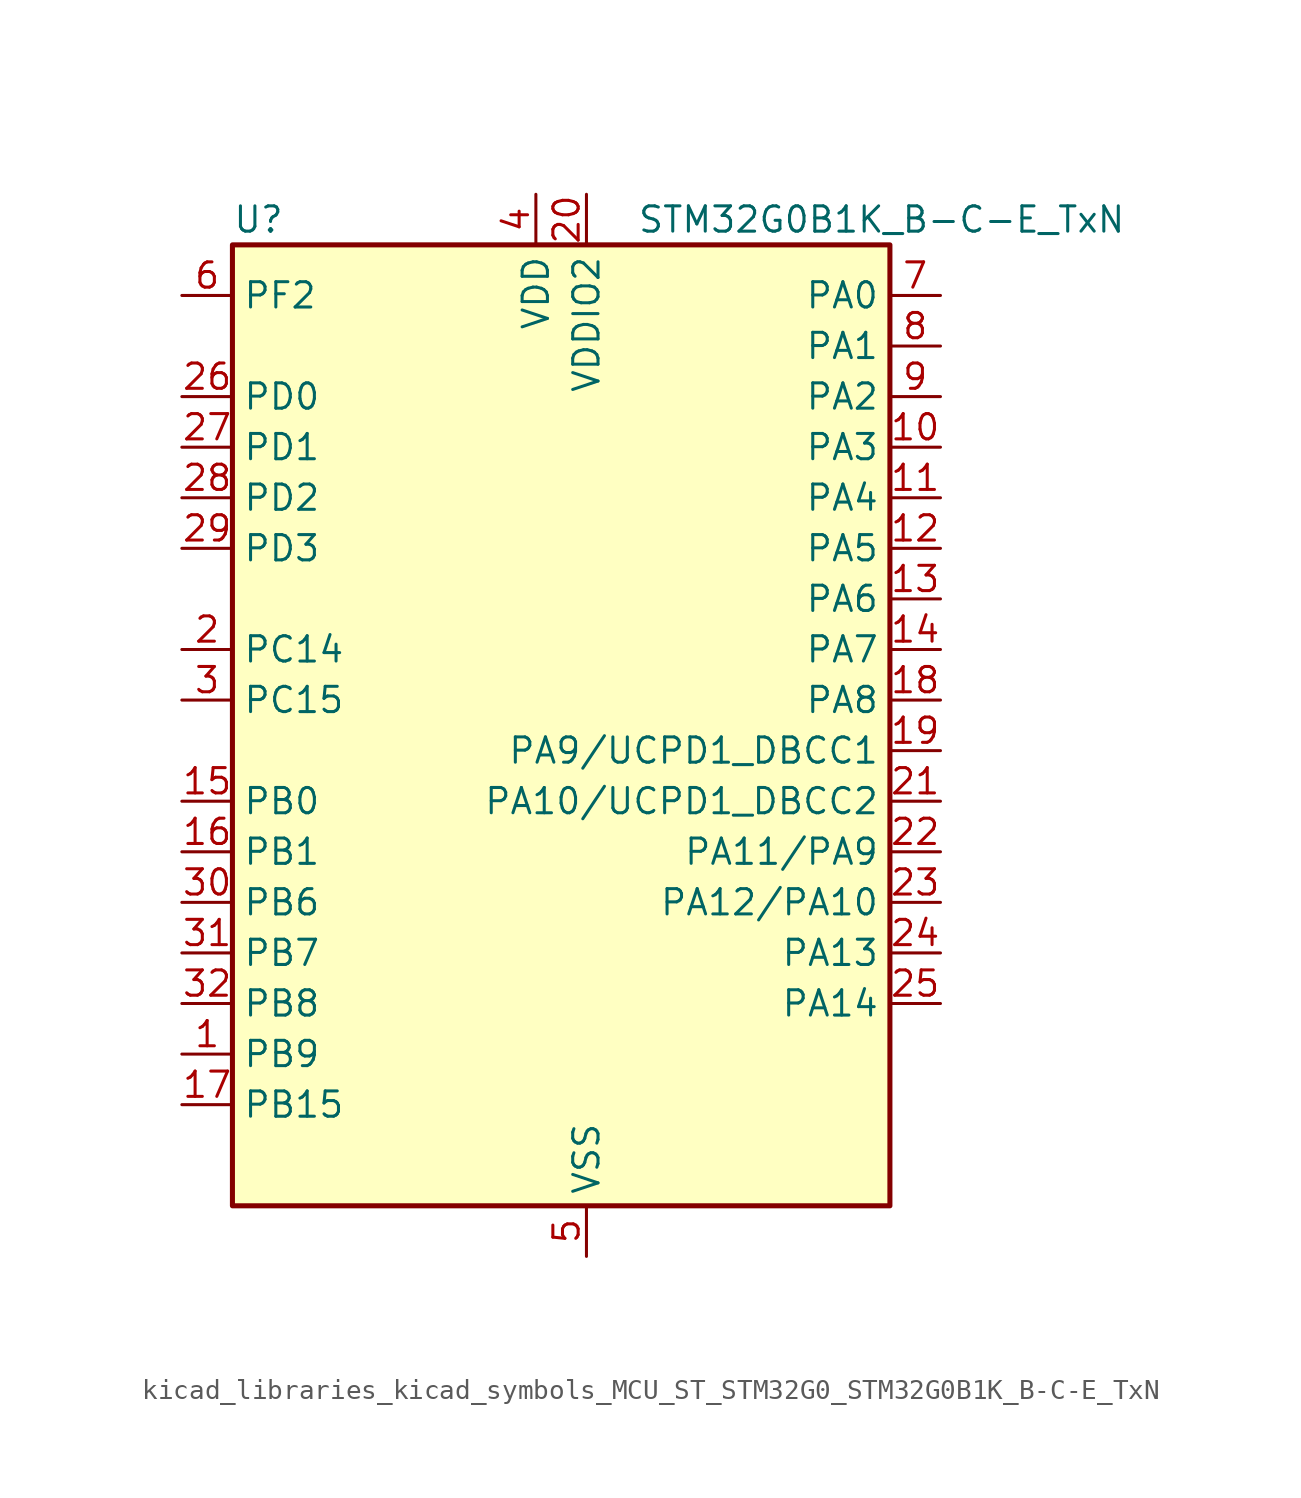
<source format=kicad_sym>
(kicad_symbol_lib
  (version 20220914)
  (generator kicad_symbol_editor)
  (symbol "kicad_libraries_kicad_symbols_MCU_ST_STM32G0_STM32G0B1K_B-C-E_TxN"
    (property "Reference" "U"
      (at -15.24 26.67 0)
      (effects (font (size 1.27 1.27)) (justify left)))
    (property "Value" "STM32G0B1K_B-C-E_TxN"
      (at 5.08 26.67 0)
      (effects (font (size 1.27 1.27)) (justify left)))
    (property "ki_locked" ""
      (at 0 0 0)
      (effects (font (size 1.27 1.27))))
    (symbol "kicad_libraries_kicad_symbols_MCU_ST_STM32G0_STM32G0B1K_B-C-E_TxN_0_1"
      (rectangle (start -15.24 -22.86) (end 17.78 25.4) (stroke (width 0.254) (type default)) (fill (type background))))
    (symbol "kicad_libraries_kicad_symbols_MCU_ST_STM32G0_STM32G0B1K_B-C-E_TxN_1_1"
      (pin bidirectional line (at -17.78 -15.24 0) (length 2.54) (name "PB9" (effects (font (size 1.27 1.27)))) (number "1" (effects (font (size 1.27 1.27)))) (alternate "DAC1_EXTI9" bidirectional line) (alternate "FDCAN1_TX" bidirectional line) (alternate "I2C1_SDA" bidirectional line) (alternate "I2S2_WS" bidirectional line) (alternate "IR_OUT" bidirectional line) (alternate "SPI2_NSS" bidirectional line) (alternate "TIM17_CH1" bidirectional line) (alternate "TIM4_CH4" bidirectional line) (alternate "UCPD2_FRSTX1" bidirectional line) (alternate "UCPD2_FRSTX2" bidirectional line) (alternate "USART3_RX" bidirectional line) (alternate "USART6_RX" bidirectional line))
      (pin bidirectional line (at 20.32 15.24 180) (length 2.54) (name "PA3" (effects (font (size 1.27 1.27)))) (number "10" (effects (font (size 1.27 1.27)))) (alternate "ADC1_IN3" bidirectional line) (alternate "COMP2_INP" bidirectional line) (alternate "I2S2_MCK" bidirectional line) (alternate "LPUART1_RX" bidirectional line) (alternate "SPI2_MISO" bidirectional line) (alternate "TIM15_CH2" bidirectional line) (alternate "TIM2_CH4" bidirectional line) (alternate "UCPD2_FRSTX1" bidirectional line) (alternate "UCPD2_FRSTX2" bidirectional line) (alternate "USART2_RX" bidirectional line))
      (pin bidirectional line (at 20.32 12.7 180) (length 2.54) (name "PA4" (effects (font (size 1.27 1.27)))) (number "11" (effects (font (size 1.27 1.27)))) (alternate "ADC1_IN4" bidirectional line) (alternate "DAC1_OUT1" bidirectional line) (alternate "I2S1_WS" bidirectional line) (alternate "I2S2_SD" bidirectional line) (alternate "LPTIM2_OUT" bidirectional line) (alternate "RTC_OUT1" bidirectional line) (alternate "RTC_TAMP_IN1" bidirectional line) (alternate "RTC_TS" bidirectional line) (alternate "SPI1_NSS" bidirectional line) (alternate "SPI2_MOSI" bidirectional line) (alternate "SYS_WKUP2" bidirectional line) (alternate "TIM14_CH1" bidirectional line) (alternate "UCPD2_FRSTX1" bidirectional line) (alternate "UCPD2_FRSTX2" bidirectional line) (alternate "USART6_TX" bidirectional line) (alternate "USB_NOE" bidirectional line))
      (pin bidirectional line (at 20.32 10.16 180) (length 2.54) (name "PA5" (effects (font (size 1.27 1.27)))) (number "12" (effects (font (size 1.27 1.27)))) (alternate "ADC1_IN5" bidirectional line) (alternate "CEC" bidirectional line) (alternate "DAC1_OUT2" bidirectional line) (alternate "I2S1_CK" bidirectional line) (alternate "LPTIM2_ETR" bidirectional line) (alternate "SPI1_SCK" bidirectional line) (alternate "TIM2_CH1" bidirectional line) (alternate "TIM2_ETR" bidirectional line) (alternate "UCPD1_FRSTX1" bidirectional line) (alternate "UCPD1_FRSTX2" bidirectional line) (alternate "USART3_TX" bidirectional line) (alternate "USART6_RX" bidirectional line))
      (pin bidirectional line (at 20.32 7.62 180) (length 2.54) (name "PA6" (effects (font (size 1.27 1.27)))) (number "13" (effects (font (size 1.27 1.27)))) (alternate "ADC1_IN6" bidirectional line) (alternate "COMP1_OUT" bidirectional line) (alternate "I2C2_SDA" bidirectional line) (alternate "I2C3_SDA" bidirectional line) (alternate "I2S1_MCK" bidirectional line) (alternate "LPUART1_CTS" bidirectional line) (alternate "SPI1_MISO" bidirectional line) (alternate "TIM16_CH1" bidirectional line) (alternate "TIM1_BK" bidirectional line) (alternate "TIM3_CH1" bidirectional line) (alternate "USART3_CTS" bidirectional line) (alternate "USART3_NSS" bidirectional line) (alternate "USART6_CTS" bidirectional line) (alternate "USART6_NSS" bidirectional line))
      (pin bidirectional line (at 20.32 5.08 180) (length 2.54) (name "PA7" (effects (font (size 1.27 1.27)))) (number "14" (effects (font (size 1.27 1.27)))) (alternate "ADC1_IN7" bidirectional line) (alternate "COMP2_OUT" bidirectional line) (alternate "I2C2_SCL" bidirectional line) (alternate "I2C3_SCL" bidirectional line) (alternate "I2S1_SD" bidirectional line) (alternate "SPI1_MOSI" bidirectional line) (alternate "TIM14_CH1" bidirectional line) (alternate "TIM17_CH1" bidirectional line) (alternate "TIM1_CH1N" bidirectional line) (alternate "TIM3_CH2" bidirectional line) (alternate "UCPD1_FRSTX1" bidirectional line) (alternate "UCPD1_FRSTX2" bidirectional line) (alternate "USART6_CK" bidirectional line) (alternate "USART6_DE" bidirectional line) (alternate "USART6_RTS" bidirectional line))
      (pin bidirectional line (at -17.78 -2.54 0) (length 2.54) (name "PB0" (effects (font (size 1.27 1.27)))) (number "15" (effects (font (size 1.27 1.27)))) (alternate "ADC1_IN8" bidirectional line) (alternate "COMP1_OUT" bidirectional line) (alternate "COMP3_INP" bidirectional line) (alternate "FDCAN2_RX" bidirectional line) (alternate "I2S1_WS" bidirectional line) (alternate "LPTIM1_OUT" bidirectional line) (alternate "LPUART2_CTS" bidirectional line) (alternate "SPI1_NSS" bidirectional line) (alternate "TIM1_CH2N" bidirectional line) (alternate "TIM3_CH3" bidirectional line) (alternate "UCPD1_FRSTX1" bidirectional line) (alternate "UCPD1_FRSTX2" bidirectional line) (alternate "USART3_RX" bidirectional line) (alternate "USART5_TX" bidirectional line))
      (pin bidirectional line (at -17.78 -5.08 0) (length 2.54) (name "PB1" (effects (font (size 1.27 1.27)))) (number "16" (effects (font (size 1.27 1.27)))) (alternate "ADC1_IN9" bidirectional line) (alternate "COMP1_INM" bidirectional line) (alternate "COMP3_OUT" bidirectional line) (alternate "FDCAN2_TX" bidirectional line) (alternate "LPTIM2_IN1" bidirectional line) (alternate "LPUART1_DE" bidirectional line) (alternate "LPUART1_RTS" bidirectional line) (alternate "LPUART2_DE" bidirectional line) (alternate "LPUART2_RTS" bidirectional line) (alternate "TIM14_CH1" bidirectional line) (alternate "TIM1_CH3N" bidirectional line) (alternate "TIM3_CH4" bidirectional line) (alternate "USART3_CK" bidirectional line) (alternate "USART3_DE" bidirectional line) (alternate "USART3_RTS" bidirectional line) (alternate "USART5_RX" bidirectional line))
      (pin bidirectional line (at -17.78 -17.78 0) (length 2.54) (name "PB15" (effects (font (size 1.27 1.27)))) (number "17" (effects (font (size 1.27 1.27)))) (alternate "I2S2_SD" bidirectional line) (alternate "RTC_REFIN" bidirectional line) (alternate "SPI2_MOSI" bidirectional line) (alternate "TIM15_CH1N" bidirectional line) (alternate "TIM15_CH2" bidirectional line) (alternate "TIM1_CH3N" bidirectional line) (alternate "UCPD1_CC2" bidirectional line) (alternate "USART6_CTS" bidirectional line) (alternate "USART6_NSS" bidirectional line))
      (pin bidirectional line (at 20.32 2.54 180) (length 2.54) (name "PA8" (effects (font (size 1.27 1.27)))) (number "18" (effects (font (size 1.27 1.27)))) (alternate "CRS1_SYNC" bidirectional line) (alternate "I2C2_SMBA" bidirectional line) (alternate "I2S2_WS" bidirectional line) (alternate "LPTIM2_OUT" bidirectional line) (alternate "RCC_MCO" bidirectional line) (alternate "SPI2_NSS" bidirectional line) (alternate "TIM1_CH1" bidirectional line) (alternate "UCPD1_CC1" bidirectional line))
      (pin bidirectional line (at 20.32 0 180) (length 2.54) (name "PA9/UCPD1_DBCC1" (effects (font (size 1.27 1.27)))) (number "19" (effects (font (size 1.27 1.27)))) (alternate "DAC1_EXTI9" bidirectional line) (alternate "I2C1_SCL" bidirectional line) (alternate "I2C2_SCL" bidirectional line) (alternate "I2S2_MCK" bidirectional line) (alternate "RCC_MCO" bidirectional line) (alternate "SPI2_MISO" bidirectional line) (alternate "TIM15_BK" bidirectional line) (alternate "TIM1_CH2" bidirectional line) (alternate "UCPD1_DBCC1" bidirectional line) (alternate "USART1_TX" bidirectional line))
      (pin bidirectional line (at -17.78 5.08 0) (length 2.54) (name "PC14" (effects (font (size 1.27 1.27)))) (number "2" (effects (font (size 1.27 1.27)))) (alternate "RCC_OSC32_IN" bidirectional line) (alternate "RCC_OSC_IN" bidirectional line) (alternate "TIM1_BK2" bidirectional line))
      (pin power_in line (at 2.54 27.94 270) (length 2.54) (name "VDDIO2" (effects (font (size 1.27 1.27)))) (number "20" (effects (font (size 1.27 1.27)))))
      (pin bidirectional line (at 20.32 -2.54 180) (length 2.54) (name "PA10/UCPD1_DBCC2" (effects (font (size 1.27 1.27)))) (number "21" (effects (font (size 1.27 1.27)))) (alternate "I2C1_SDA" bidirectional line) (alternate "I2C2_SDA" bidirectional line) (alternate "I2S2_SD" bidirectional line) (alternate "RCC_MCO_2" bidirectional line) (alternate "SPI2_MOSI" bidirectional line) (alternate "TIM17_BK" bidirectional line) (alternate "TIM1_CH3" bidirectional line) (alternate "UCPD1_DBCC2" bidirectional line) (alternate "USART1_RX" bidirectional line))
      (pin bidirectional line (at 20.32 -5.08 180) (length 2.54) (name "PA11/PA9" (effects (font (size 1.27 1.27)))) (number "22" (effects (font (size 1.27 1.27)))) (alternate "ADC1_EXTI11" bidirectional line) (alternate "COMP1_OUT" bidirectional line) (alternate "FDCAN1_RX" bidirectional line) (alternate "I2C2_SCL" bidirectional line) (alternate "I2S1_MCK" bidirectional line) (alternate "SPI1_MISO" bidirectional line) (alternate "TIM1_BK2" bidirectional line) (alternate "TIM1_CH4" bidirectional line) (alternate "USART1_CTS" bidirectional line) (alternate "USART1_NSS" bidirectional line) (alternate "USB_DM" bidirectional line))
      (pin bidirectional line (at 20.32 -7.62 180) (length 2.54) (name "PA12/PA10" (effects (font (size 1.27 1.27)))) (number "23" (effects (font (size 1.27 1.27)))) (alternate "COMP2_OUT" bidirectional line) (alternate "FDCAN1_TX" bidirectional line) (alternate "I2C2_SDA" bidirectional line) (alternate "I2S1_SD" bidirectional line) (alternate "I2S_CKIN" bidirectional line) (alternate "SPI1_MOSI" bidirectional line) (alternate "TIM1_ETR" bidirectional line) (alternate "USART1_CK" bidirectional line) (alternate "USART1_DE" bidirectional line) (alternate "USART1_RTS" bidirectional line) (alternate "USB_DP" bidirectional line))
      (pin bidirectional line (at 20.32 -10.16 180) (length 2.54) (name "PA13" (effects (font (size 1.27 1.27)))) (number "24" (effects (font (size 1.27 1.27)))) (alternate "IR_OUT" bidirectional line) (alternate "LPUART2_RX" bidirectional line) (alternate "SYS_SWDIO" bidirectional line) (alternate "USB_NOE" bidirectional line))
      (pin bidirectional line (at 20.32 -12.7 180) (length 2.54) (name "PA14" (effects (font (size 1.27 1.27)))) (number "25" (effects (font (size 1.27 1.27)))) (alternate "LPUART2_TX" bidirectional line) (alternate "SYS_SWCLK" bidirectional line) (alternate "USART2_TX" bidirectional line))
      (pin bidirectional line (at -17.78 17.78 0) (length 2.54) (name "PD0" (effects (font (size 1.27 1.27)))) (number "26" (effects (font (size 1.27 1.27)))) (alternate "FDCAN1_RX" bidirectional line) (alternate "I2S2_WS" bidirectional line) (alternate "SPI2_NSS" bidirectional line) (alternate "TIM16_CH1" bidirectional line) (alternate "UCPD2_CC1" bidirectional line))
      (pin bidirectional line (at -17.78 15.24 0) (length 2.54) (name "PD1" (effects (font (size 1.27 1.27)))) (number "27" (effects (font (size 1.27 1.27)))) (alternate "FDCAN1_TX" bidirectional line) (alternate "I2S2_CK" bidirectional line) (alternate "SPI2_SCK" bidirectional line) (alternate "TIM17_CH1" bidirectional line) (alternate "UCPD2_DBCC1" bidirectional line))
      (pin bidirectional line (at -17.78 12.7 0) (length 2.54) (name "PD2" (effects (font (size 1.27 1.27)))) (number "28" (effects (font (size 1.27 1.27)))) (alternate "TIM1_CH1N" bidirectional line) (alternate "TIM3_ETR" bidirectional line) (alternate "UCPD2_CC2" bidirectional line) (alternate "USART3_CK" bidirectional line) (alternate "USART3_DE" bidirectional line) (alternate "USART3_RTS" bidirectional line) (alternate "USART5_RX" bidirectional line))
      (pin bidirectional line (at -17.78 10.16 0) (length 2.54) (name "PD3" (effects (font (size 1.27 1.27)))) (number "29" (effects (font (size 1.27 1.27)))) (alternate "I2S2_MCK" bidirectional line) (alternate "SPI2_MISO" bidirectional line) (alternate "TIM1_CH2N" bidirectional line) (alternate "UCPD2_DBCC2" bidirectional line) (alternate "USART2_CTS" bidirectional line) (alternate "USART2_NSS" bidirectional line) (alternate "USART5_TX" bidirectional line))
      (pin bidirectional line (at -17.78 2.54 0) (length 2.54) (name "PC15" (effects (font (size 1.27 1.27)))) (number "3" (effects (font (size 1.27 1.27)))) (alternate "RCC_OSC32_EN" bidirectional line) (alternate "RCC_OSC32_OUT" bidirectional line) (alternate "RCC_OSC_EN" bidirectional line) (alternate "TIM15_BK" bidirectional line))
      (pin bidirectional line (at -17.78 -7.62 0) (length 2.54) (name "PB6" (effects (font (size 1.27 1.27)))) (number "30" (effects (font (size 1.27 1.27)))) (alternate "COMP2_INP" bidirectional line) (alternate "FDCAN2_TX" bidirectional line) (alternate "I2C1_SCL" bidirectional line) (alternate "I2S2_MCK" bidirectional line) (alternate "LPTIM1_ETR" bidirectional line) (alternate "LPUART2_TX" bidirectional line) (alternate "SPI2_MISO" bidirectional line) (alternate "TIM16_CH1N" bidirectional line) (alternate "TIM1_CH3" bidirectional line) (alternate "TIM4_CH1" bidirectional line) (alternate "USART1_TX" bidirectional line) (alternate "USART5_CTS" bidirectional line) (alternate "USART5_NSS" bidirectional line))
      (pin bidirectional line (at -17.78 -10.16 0) (length 2.54) (name "PB7" (effects (font (size 1.27 1.27)))) (number "31" (effects (font (size 1.27 1.27)))) (alternate "COMP2_INM" bidirectional line) (alternate "I2C1_SDA" bidirectional line) (alternate "I2S2_SD" bidirectional line) (alternate "LPTIM1_IN2" bidirectional line) (alternate "LPUART2_RX" bidirectional line) (alternate "SPI2_MOSI" bidirectional line) (alternate "SYS_PVD_IN" bidirectional line) (alternate "TIM17_CH1N" bidirectional line) (alternate "TIM4_CH2" bidirectional line) (alternate "USART1_RX" bidirectional line) (alternate "USART4_CTS" bidirectional line) (alternate "USART4_NSS" bidirectional line))
      (pin bidirectional line (at -17.78 -12.7 0) (length 2.54) (name "PB8" (effects (font (size 1.27 1.27)))) (number "32" (effects (font (size 1.27 1.27)))) (alternate "CEC" bidirectional line) (alternate "FDCAN1_RX" bidirectional line) (alternate "I2C1_SCL" bidirectional line) (alternate "I2S2_CK" bidirectional line) (alternate "SPI2_SCK" bidirectional line) (alternate "TIM15_BK" bidirectional line) (alternate "TIM16_CH1" bidirectional line) (alternate "TIM4_CH3" bidirectional line) (alternate "USART3_TX" bidirectional line) (alternate "USART6_TX" bidirectional line))
      (pin power_in line (at 0 27.94 270) (length 2.54) (name "VDD" (effects (font (size 1.27 1.27)))) (number "4" (effects (font (size 1.27 1.27)))))
      (pin power_in line (at 2.54 -25.4 90) (length 2.54) (name "VSS" (effects (font (size 1.27 1.27)))) (number "5" (effects (font (size 1.27 1.27)))))
      (pin bidirectional line (at -17.78 22.86 0) (length 2.54) (name "PF2" (effects (font (size 1.27 1.27)))) (number "6" (effects (font (size 1.27 1.27)))) (alternate "LPUART2_DE" bidirectional line) (alternate "LPUART2_RTS" bidirectional line) (alternate "LPUART2_TX" bidirectional line) (alternate "RCC_MCO" bidirectional line))
      (pin bidirectional line (at 20.32 22.86 180) (length 2.54) (name "PA0" (effects (font (size 1.27 1.27)))) (number "7" (effects (font (size 1.27 1.27)))) (alternate "ADC1_IN0" bidirectional line) (alternate "COMP1_INM" bidirectional line) (alternate "COMP1_OUT" bidirectional line) (alternate "I2S2_CK" bidirectional line) (alternate "LPTIM1_OUT" bidirectional line) (alternate "RTC_TAMP_IN2" bidirectional line) (alternate "SPI2_SCK" bidirectional line) (alternate "SYS_WKUP1" bidirectional line) (alternate "TIM2_CH1" bidirectional line) (alternate "TIM2_ETR" bidirectional line) (alternate "UCPD2_FRSTX1" bidirectional line) (alternate "UCPD2_FRSTX2" bidirectional line) (alternate "USART2_CTS" bidirectional line) (alternate "USART2_NSS" bidirectional line) (alternate "USART4_TX" bidirectional line))
      (pin bidirectional line (at 20.32 20.32 180) (length 2.54) (name "PA1" (effects (font (size 1.27 1.27)))) (number "8" (effects (font (size 1.27 1.27)))) (alternate "ADC1_IN1" bidirectional line) (alternate "COMP1_INP" bidirectional line) (alternate "I2C1_SMBA" bidirectional line) (alternate "I2S1_CK" bidirectional line) (alternate "SPI1_SCK" bidirectional line) (alternate "TIM15_CH1N" bidirectional line) (alternate "TIM2_CH2" bidirectional line) (alternate "USART2_CK" bidirectional line) (alternate "USART2_DE" bidirectional line) (alternate "USART2_RTS" bidirectional line) (alternate "USART4_RX" bidirectional line))
      (pin bidirectional line (at 20.32 17.78 180) (length 2.54) (name "PA2" (effects (font (size 1.27 1.27)))) (number "9" (effects (font (size 1.27 1.27)))) (alternate "ADC1_IN2" bidirectional line) (alternate "COMP2_INM" bidirectional line) (alternate "COMP2_OUT" bidirectional line) (alternate "I2S1_SD" bidirectional line) (alternate "LPUART1_TX" bidirectional line) (alternate "RCC_LSCO" bidirectional line) (alternate "SPI1_MOSI" bidirectional line) (alternate "SYS_WKUP4" bidirectional line) (alternate "TIM15_CH1" bidirectional line) (alternate "TIM2_CH3" bidirectional line) (alternate "UCPD1_FRSTX1" bidirectional line) (alternate "UCPD1_FRSTX2" bidirectional line) (alternate "USART2_TX" bidirectional line)))))
</source>
